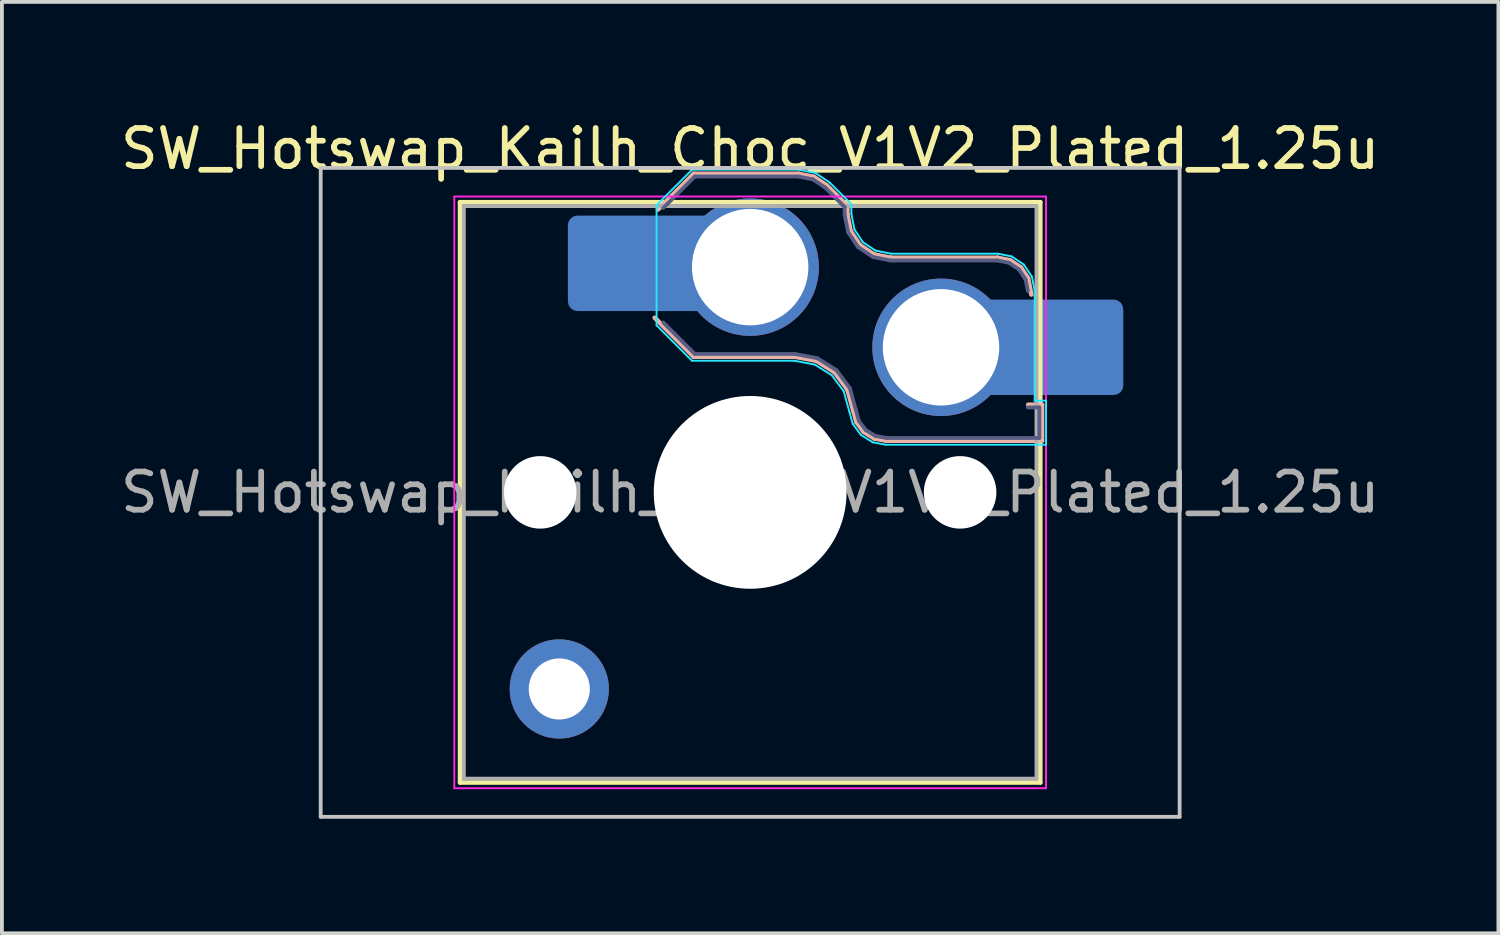
<source format=kicad_pcb>
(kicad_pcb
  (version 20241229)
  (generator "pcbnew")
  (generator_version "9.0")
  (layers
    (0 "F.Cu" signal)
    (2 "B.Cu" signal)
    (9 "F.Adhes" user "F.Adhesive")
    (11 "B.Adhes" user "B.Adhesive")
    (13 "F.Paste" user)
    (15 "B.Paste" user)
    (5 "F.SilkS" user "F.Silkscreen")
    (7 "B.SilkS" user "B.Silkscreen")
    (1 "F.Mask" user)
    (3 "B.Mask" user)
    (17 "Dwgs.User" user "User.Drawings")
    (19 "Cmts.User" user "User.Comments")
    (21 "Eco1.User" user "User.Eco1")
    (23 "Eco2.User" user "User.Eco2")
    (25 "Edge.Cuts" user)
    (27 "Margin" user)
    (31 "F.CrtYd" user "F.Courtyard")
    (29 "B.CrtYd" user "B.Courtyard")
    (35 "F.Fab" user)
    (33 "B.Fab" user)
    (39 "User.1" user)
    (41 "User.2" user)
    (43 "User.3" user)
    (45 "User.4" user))
  (footprint "SW_Hotswap_Kailh_Choc_V1V2_Plated_1.25u"
    (layer "F.Cu")
    (at 16.601 9.848)
    (property "Reference" "SW_Hotswap_Kailh_Choc_V1V2_Plated_1.25u" (at 0 -9 0) (layer "F.SilkS") (effects (font (size 1 1) (thickness 0.15))))
    (attr smd)
    (fp_line (start -7.6 -7.6) (end -7.6 7.6) (stroke (width 0.12) (type solid)) (layer "F.SilkS"))
    (fp_line (start -7.6 7.6) (end 7.6 7.6) (stroke (width 0.12) (type solid)) (layer "F.SilkS"))
    (fp_line (start 7.6 -7.6) (end -7.6 -7.6) (stroke (width 0.12) (type solid)) (layer "F.SilkS"))
    (fp_line (start 7.6 7.6) (end 7.6 -7.6) (stroke (width 0.12) (type solid)) (layer "F.SilkS"))
    (fp_line (start -2.416 -7.409) (end -1.479 -8.346) (stroke (width 0.12) (type solid)) (layer "B.SilkS"))
    (fp_line (start -1.479 -8.346) (end 1.268 -8.346) (stroke (width 0.12) (type solid)) (layer "B.SilkS"))
    (fp_line (start -1.479 -3.554) (end -2.5 -4.575) (stroke (width 0.12) (type solid)) (layer "B.SilkS"))
    (fp_line (start 1.168 -3.554) (end -1.479 -3.554) (stroke (width 0.12) (type solid)) (layer "B.SilkS"))
    (fp_line (start 1.268 -8.346) (end 1.671 -8.266) (stroke (width 0.12) (type solid)) (layer "B.SilkS"))
    (fp_line (start 1.671 -8.266) (end 2.013 -8.037) (stroke (width 0.12) (type solid)) (layer "B.SilkS"))
    (fp_line (start 1.73 -3.449) (end 1.168 -3.554) (stroke (width 0.12) (type solid)) (layer "B.SilkS"))
    (fp_line (start 2.013 -8.037) (end 2.546 -7.504) (stroke (width 0.12) (type solid)) (layer "B.SilkS"))
    (fp_line (start 2.209 -3.15) (end 1.73 -3.449) (stroke (width 0.12) (type solid)) (layer "B.SilkS"))
    (fp_line (start 2.546 -7.504) (end 2.546 -7.282) (stroke (width 0.12) (type solid)) (layer "B.SilkS"))
    (fp_line (start 2.546 -7.282) (end 2.633 -6.844) (stroke (width 0.12) (type solid)) (layer "B.SilkS"))
    (fp_line (start 2.547 -2.697) (end 2.209 -3.15) (stroke (width 0.12) (type solid)) (layer "B.SilkS"))
    (fp_line (start 2.633 -6.844) (end 2.877 -6.477) (stroke (width 0.12) (type solid)) (layer "B.SilkS"))
    (fp_line (start 2.701 -2.139) (end 2.547 -2.697) (stroke (width 0.12) (type solid)) (layer "B.SilkS"))
    (fp_line (start 2.783 -1.841) (end 2.701 -2.139) (stroke (width 0.12) (type solid)) (layer "B.SilkS"))
    (fp_line (start 2.877 -6.477) (end 3.244 -6.233) (stroke (width 0.12) (type solid)) (layer "B.SilkS"))
    (fp_line (start 2.976 -1.583) (end 2.783 -1.841) (stroke (width 0.12) (type solid)) (layer "B.SilkS"))
    (fp_line (start 3.244 -6.233) (end 3.682 -6.146) (stroke (width 0.12) (type solid)) (layer "B.SilkS"))
    (fp_line (start 3.25 -1.413) (end 2.976 -1.583) (stroke (width 0.12) (type solid)) (layer "B.SilkS"))
    (fp_line (start 3.56 -1.354) (end 3.25 -1.413) (stroke (width 0.12) (type solid)) (layer "B.SilkS"))
    (fp_line (start 3.682 -6.146) (end 6.482 -6.146) (stroke (width 0.12) (type solid)) (layer "B.SilkS"))
    (fp_line (start 6.482 -6.146) (end 6.809 -6.081) (stroke (width 0.12) (type solid)) (layer "B.SilkS"))
    (fp_line (start 6.809 -6.081) (end 7.092 -5.892) (stroke (width 0.12) (type solid)) (layer "B.SilkS"))
    (fp_line (start 7.092 -5.892) (end 7.281 -5.609) (stroke (width 0.12) (type solid)) (layer "B.SilkS"))
    (fp_line (start 7.281 -5.609) (end 7.366 -5.182) (stroke (width 0.12) (type solid)) (layer "B.SilkS"))
    (fp_line (start 7.283 -2.296) (end 7.646 -2.296) (stroke (width 0.12) (type solid)) (layer "B.SilkS"))
    (fp_line (start 7.646 -2.296) (end 7.646 -1.354) (stroke (width 0.12) (type solid)) (layer "B.SilkS"))
    (fp_line (start 7.646 -1.354) (end 3.56 -1.354) (stroke (width 0.12) (type solid)) (layer "B.SilkS"))
    (fp_line (start -11.25 -8.5) (end -11.25 8.5) (stroke (width 0.1) (type solid)) (layer "Dwgs.User"))
    (fp_line (start -11.25 8.5) (end 11.25 8.5) (stroke (width 0.1) (type solid)) (layer "Dwgs.User"))
    (fp_line (start 11.25 -8.5) (end -11.25 -8.5) (stroke (width 0.1) (type solid)) (layer "Dwgs.User"))
    (fp_line (start 11.25 8.5) (end 11.25 -8.5) (stroke (width 0.1) (type solid)) (layer "Dwgs.User"))
    (fp_line (start -7.25 -7.25) (end -7.25 7.25) (stroke (width 0.1) (type solid)) (layer "Eco1.User"))
    (fp_line (start -7.25 7.25) (end 7.25 7.25) (stroke (width 0.1) (type solid)) (layer "Eco1.User"))
    (fp_line (start 7.25 -7.25) (end -7.25 -7.25) (stroke (width 0.1) (type solid)) (layer "Eco1.User"))
    (fp_line (start 7.25 7.25) (end 7.25 -7.25) (stroke (width 0.1) (type solid)) (layer "Eco1.User"))
    (fp_line (start -2.452 -7.523) (end -1.523 -8.452) (stroke (width 0.05) (type solid)) (layer "B.CrtYd"))
    (fp_line (start -2.452 -4.377) (end -2.452 -7.523) (stroke (width 0.05) (type solid)) (layer "B.CrtYd"))
    (fp_line (start -1.523 -8.452) (end 1.278 -8.452) (stroke (width 0.05) (type solid)) (layer "B.CrtYd"))
    (fp_line (start -1.523 -3.448) (end -2.452 -4.377) (stroke (width 0.05) (type solid)) (layer "B.CrtYd"))
    (fp_line (start 1.159 -3.448) (end -1.523 -3.448) (stroke (width 0.05) (type solid)) (layer "B.CrtYd"))
    (fp_line (start 1.278 -8.452) (end 1.712 -8.366) (stroke (width 0.05) (type solid)) (layer "B.CrtYd"))
    (fp_line (start 1.691 -3.348) (end 1.159 -3.448) (stroke (width 0.05) (type solid)) (layer "B.CrtYd"))
    (fp_line (start 1.712 -8.366) (end 2.081 -8.119) (stroke (width 0.05) (type solid)) (layer "B.CrtYd"))
    (fp_line (start 2.081 -8.119) (end 2.652 -7.548) (stroke (width 0.05) (type solid)) (layer "B.CrtYd"))
    (fp_line (start 2.136 -3.071) (end 1.691 -3.348) (stroke (width 0.05) (type solid)) (layer "B.CrtYd"))
    (fp_line (start 2.45 -2.65) (end 2.136 -3.071) (stroke (width 0.05) (type solid)) (layer "B.CrtYd"))
    (fp_line (start 2.599 -2.111) (end 2.45 -2.65) (stroke (width 0.05) (type solid)) (layer "B.CrtYd"))
    (fp_line (start 2.652 -7.548) (end 2.652 -7.292) (stroke (width 0.05) (type solid)) (layer "B.CrtYd"))
    (fp_line (start 2.652 -7.292) (end 2.733 -6.885) (stroke (width 0.05) (type solid)) (layer "B.CrtYd"))
    (fp_line (start 2.687 -1.794) (end 2.599 -2.111) (stroke (width 0.05) (type solid)) (layer "B.CrtYd"))
    (fp_line (start 2.733 -6.885) (end 2.953 -6.553) (stroke (width 0.05) (type solid)) (layer "B.CrtYd"))
    (fp_line (start 2.903 -1.503) (end 2.687 -1.794) (stroke (width 0.05) (type solid)) (layer "B.CrtYd"))
    (fp_line (start 2.953 -6.553) (end 3.285 -6.333) (stroke (width 0.05) (type solid)) (layer "B.CrtYd"))
    (fp_line (start 3.211 -1.312) (end 2.903 -1.503) (stroke (width 0.05) (type solid)) (layer "B.CrtYd"))
    (fp_line (start 3.285 -6.333) (end 3.692 -6.252) (stroke (width 0.05) (type solid)) (layer "B.CrtYd"))
    (fp_line (start 3.55 -1.248) (end 3.211 -1.312) (stroke (width 0.05) (type solid)) (layer "B.CrtYd"))
    (fp_line (start 3.692 -6.252) (end 6.492 -6.252) (stroke (width 0.05) (type solid)) (layer "B.CrtYd"))
    (fp_line (start 6.492 -6.252) (end 6.85 -6.181) (stroke (width 0.05) (type solid)) (layer "B.CrtYd"))
    (fp_line (start 6.85 -6.181) (end 7.168 -5.968) (stroke (width 0.05) (type solid)) (layer "B.CrtYd"))
    (fp_line (start 7.168 -5.968) (end 7.381 -5.65) (stroke (width 0.05) (type solid)) (layer "B.CrtYd"))
    (fp_line (start 7.381 -5.65) (end 7.452 -5.292) (stroke (width 0.05) (type solid)) (layer "B.CrtYd"))
    (fp_line (start 7.452 -5.292) (end 7.452 -2.402) (stroke (width 0.05) (type solid)) (layer "B.CrtYd"))
    (fp_line (start 7.452 -2.402) (end 7.752 -2.402) (stroke (width 0.05) (type solid)) (layer "B.CrtYd"))
    (fp_line (start 7.752 -2.402) (end 7.752 -1.248) (stroke (width 0.05) (type solid)) (layer "B.CrtYd"))
    (fp_line (start 7.752 -1.248) (end 3.55 -1.248) (stroke (width 0.05) (type solid)) (layer "B.CrtYd"))
    (fp_line (start -7.75 -7.75) (end -7.75 7.75) (stroke (width 0.05) (type solid)) (layer "F.CrtYd"))
    (fp_line (start -7.75 7.75) (end 7.75 7.75) (stroke (width 0.05) (type solid)) (layer "F.CrtYd"))
    (fp_line (start 7.75 -7.75) (end -7.75 -7.75) (stroke (width 0.05) (type solid)) (layer "F.CrtYd"))
    (fp_line (start 7.75 7.75) (end 7.75 -7.75) (stroke (width 0.05) (type solid)) (layer "F.CrtYd"))
    (fp_line (start -2.275 -7.45) (end -1.45 -8.275) (stroke (width 0.1) (type solid)) (layer "B.Fab"))
    (fp_line (start -1.45 -8.275) (end 1.261 -8.275) (stroke (width 0.1) (type solid)) (layer "B.Fab"))
    (fp_line (start -1.45 -3.625) (end -2.275 -4.45) (stroke (width 0.1) (type solid)) (layer "B.Fab"))
    (fp_line (start 1.175 -3.625) (end -1.45 -3.625) (stroke (width 0.1) (type solid)) (layer "B.Fab"))
    (fp_line (start 1.261 -8.275) (end 1.643 -8.199) (stroke (width 0.1) (type solid)) (layer "B.Fab"))
    (fp_line (start 1.643 -8.199) (end 1.968 -7.982) (stroke (width 0.1) (type solid)) (layer "B.Fab"))
    (fp_line (start 1.756 -3.516) (end 1.175 -3.625) (stroke (width 0.1) (type solid)) (layer "B.Fab"))
    (fp_line (start 1.968 -7.982) (end 2.475 -7.475) (stroke (width 0.1) (type solid)) (layer "B.Fab"))
    (fp_line (start 2.258 -3.203) (end 1.756 -3.516) (stroke (width 0.1) (type solid)) (layer "B.Fab"))
    (fp_line (start 2.475 -7.475) (end 2.475 -7.275) (stroke (width 0.1) (type solid)) (layer "B.Fab"))
    (fp_line (start 2.475 -7.275) (end 2.566 -6.816) (stroke (width 0.1) (type solid)) (layer "B.Fab"))
    (fp_line (start 2.566 -6.816) (end 2.826 -6.426) (stroke (width 0.1) (type solid)) (layer "B.Fab"))
    (fp_line (start 2.612 -2.729) (end 2.258 -3.203) (stroke (width 0.1) (type solid)) (layer "B.Fab"))
    (fp_line (start 2.769 -2.158) (end 2.612 -2.729) (stroke (width 0.1) (type solid)) (layer "B.Fab"))
    (fp_line (start 2.826 -6.426) (end 3.216 -6.166) (stroke (width 0.1) (type solid)) (layer "B.Fab"))
    (fp_line (start 2.848 -1.873) (end 2.769 -2.158) (stroke (width 0.1) (type solid)) (layer "B.Fab"))
    (fp_line (start 3.025 -1.636) (end 2.848 -1.873) (stroke (width 0.1) (type solid)) (layer "B.Fab"))
    (fp_line (start 3.216 -6.166) (end 3.675 -6.075) (stroke (width 0.1) (type solid)) (layer "B.Fab"))
    (fp_line (start 3.276 -1.48) (end 3.025 -1.636) (stroke (width 0.1) (type solid)) (layer "B.Fab"))
    (fp_line (start 3.567 -1.425) (end 3.276 -1.48) (stroke (width 0.1) (type solid)) (layer "B.Fab"))
    (fp_line (start 3.675 -6.075) (end 6.475 -6.075) (stroke (width 0.1) (type solid)) (layer "B.Fab"))
    (fp_line (start 6.475 -6.075) (end 6.781 -6.014) (stroke (width 0.1) (type solid)) (layer "B.Fab"))
    (fp_line (start 6.781 -6.014) (end 7.041 -5.841) (stroke (width 0.1) (type solid)) (layer "B.Fab"))
    (fp_line (start 7.041 -5.841) (end 7.214 -5.581) (stroke (width 0.1) (type solid)) (layer "B.Fab"))
    (fp_line (start 7.214 -5.581) (end 7.275 -5.275) (stroke (width 0.1) (type solid)) (layer "B.Fab"))
    (fp_line (start 7.275 -2.225) (end 7.575 -2.225) (stroke (width 0.1) (type solid)) (layer "B.Fab"))
    (fp_line (start 7.575 -2.225) (end 7.575 -1.425) (stroke (width 0.1) (type solid)) (layer "B.Fab"))
    (fp_line (start 7.575 -1.425) (end 3.567 -1.425) (stroke (width 0.1) (type solid)) (layer "B.Fab"))
    (fp_line (start -7.5 -7.5) (end -7.5 7.5) (stroke (width 0.1) (type solid)) (layer "F.Fab"))
    (fp_line (start -7.5 7.5) (end 7.5 7.5) (stroke (width 0.1) (type solid)) (layer "F.Fab"))
    (fp_line (start 7.5 -7.5) (end -7.5 -7.5) (stroke (width 0.1) (type solid)) (layer "F.Fab"))
    (fp_line (start 7.5 7.5) (end 7.5 -7.5) (stroke (width 0.1) (type solid)) (layer "F.Fab"))
    (fp_text user "${REFERENCE}" (at 0 0 0) (layer "F.Fab") (effects (font (size 1 1) (thickness 0.15))))
    (pad "" np_thru_hole circle (at -5.5 0) (size 1.9 1.9) (drill 1.9) (layers "*.Cu" "*.Mask"))
    (pad "" smd circle (at -5 5.15) (size 1.65 1.65) (layers "F.Mask"))
    (pad "" thru_hole circle (at -5 5.15) (size 2.6 2.6) (drill 1.6) (layers "*.Cu" "B.Mask"))
    (pad "" smd roundrect (at -3.5 -6) (size 2.55 2.5) (layers "B.Mask" "B.Paste") (roundrect_rratio 0.1))
    (pad "" smd circle (at 0 -5.9) (size 3.1 3.1) (layers "F.Mask"))
    (pad "" np_thru_hole circle (at 0 0) (size 5.05 5.05) (drill 5.05) (layers "*.Cu" "*.Mask"))
    (pad "" smd circle (at 5 -3.8) (size 3.1 3.1) (layers "F.Mask"))
    (pad "" np_thru_hole circle (at 5.5 0) (size 1.9 1.9) (drill 1.9) (layers "*.Cu" "*.Mask"))
    (pad "" smd roundrect (at 8.5 -3.8) (size 2.55 2.5) (layers "B.Mask" "B.Paste") (roundrect_rratio 0.1))
    (pad "1" smd roundrect (at -2.85 -6) (size 3.85 2.5) (layers "B.Cu") (roundrect_rratio 0.1))
    (pad "1" thru_hole circle (at 0 -5.9) (size 3.6 3.6) (drill 3.05) (layers "*.Cu" "B.Mask"))
    (pad "2" thru_hole circle (at 5 -3.8) (size 3.6 3.6) (drill 3.05) (layers "*.Cu" "B.Mask"))
    (pad "2" smd roundrect (at 7.85 -3.8) (size 3.85 2.5) (layers "B.Cu") (roundrect_rratio 0.1)))
  (gr_rect
    (start -3 -3)
    (end 36.202 21.398)
    (stroke (width 0.1) (type default))
    (fill no)
    (layer "Edge.Cuts")))
</source>
